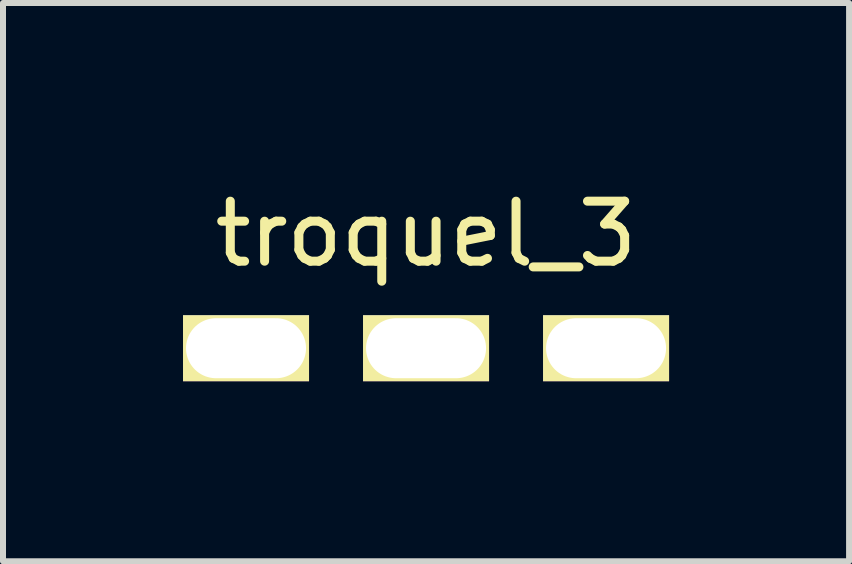
<source format=kicad_pcb>
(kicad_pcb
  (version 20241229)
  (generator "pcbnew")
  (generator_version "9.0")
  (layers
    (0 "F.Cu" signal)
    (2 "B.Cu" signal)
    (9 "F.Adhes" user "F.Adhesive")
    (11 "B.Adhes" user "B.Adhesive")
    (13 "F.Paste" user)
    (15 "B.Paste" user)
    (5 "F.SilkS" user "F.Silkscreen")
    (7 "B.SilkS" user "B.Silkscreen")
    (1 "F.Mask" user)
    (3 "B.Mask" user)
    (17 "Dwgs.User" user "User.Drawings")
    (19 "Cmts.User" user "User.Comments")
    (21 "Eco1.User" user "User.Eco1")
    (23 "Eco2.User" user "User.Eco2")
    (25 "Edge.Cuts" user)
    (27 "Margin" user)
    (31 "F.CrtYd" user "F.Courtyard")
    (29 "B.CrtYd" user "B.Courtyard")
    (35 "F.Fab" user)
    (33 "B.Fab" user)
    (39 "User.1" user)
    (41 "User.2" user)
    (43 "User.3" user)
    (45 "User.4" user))
  (footprint "troquel_3"
    (layer "F.Cu")
    (at 4.05 2.753)
    (property "Reference" "troquel_3" (at 0 -1.905 0) (layer "F.SilkS") (effects (font (size 1 1) (thickness 0.15))))
    (attr through_hole)
    (pad "1" thru_hole rect (at -3 0) (size 2.1 1.1) (drill oval 2 1) (layers "*.Cu" "*.Mask" "F.SilkS"))
    (pad "1" thru_hole rect (at 0 0) (size 2.1 1.1) (drill oval 2 1) (layers "*.Cu" "*.Mask" "F.SilkS"))
    (pad "1" thru_hole rect (at 3 0) (size 2.1 1.1) (drill oval 2 1) (layers "*.Cu" "*.Mask" "F.SilkS")))
  (gr_rect
    (start -3 -3)
    (end 11.1 6.303)
    (stroke (width 0.1) (type default))
    (fill no)
    (layer "Edge.Cuts")))
</source>
